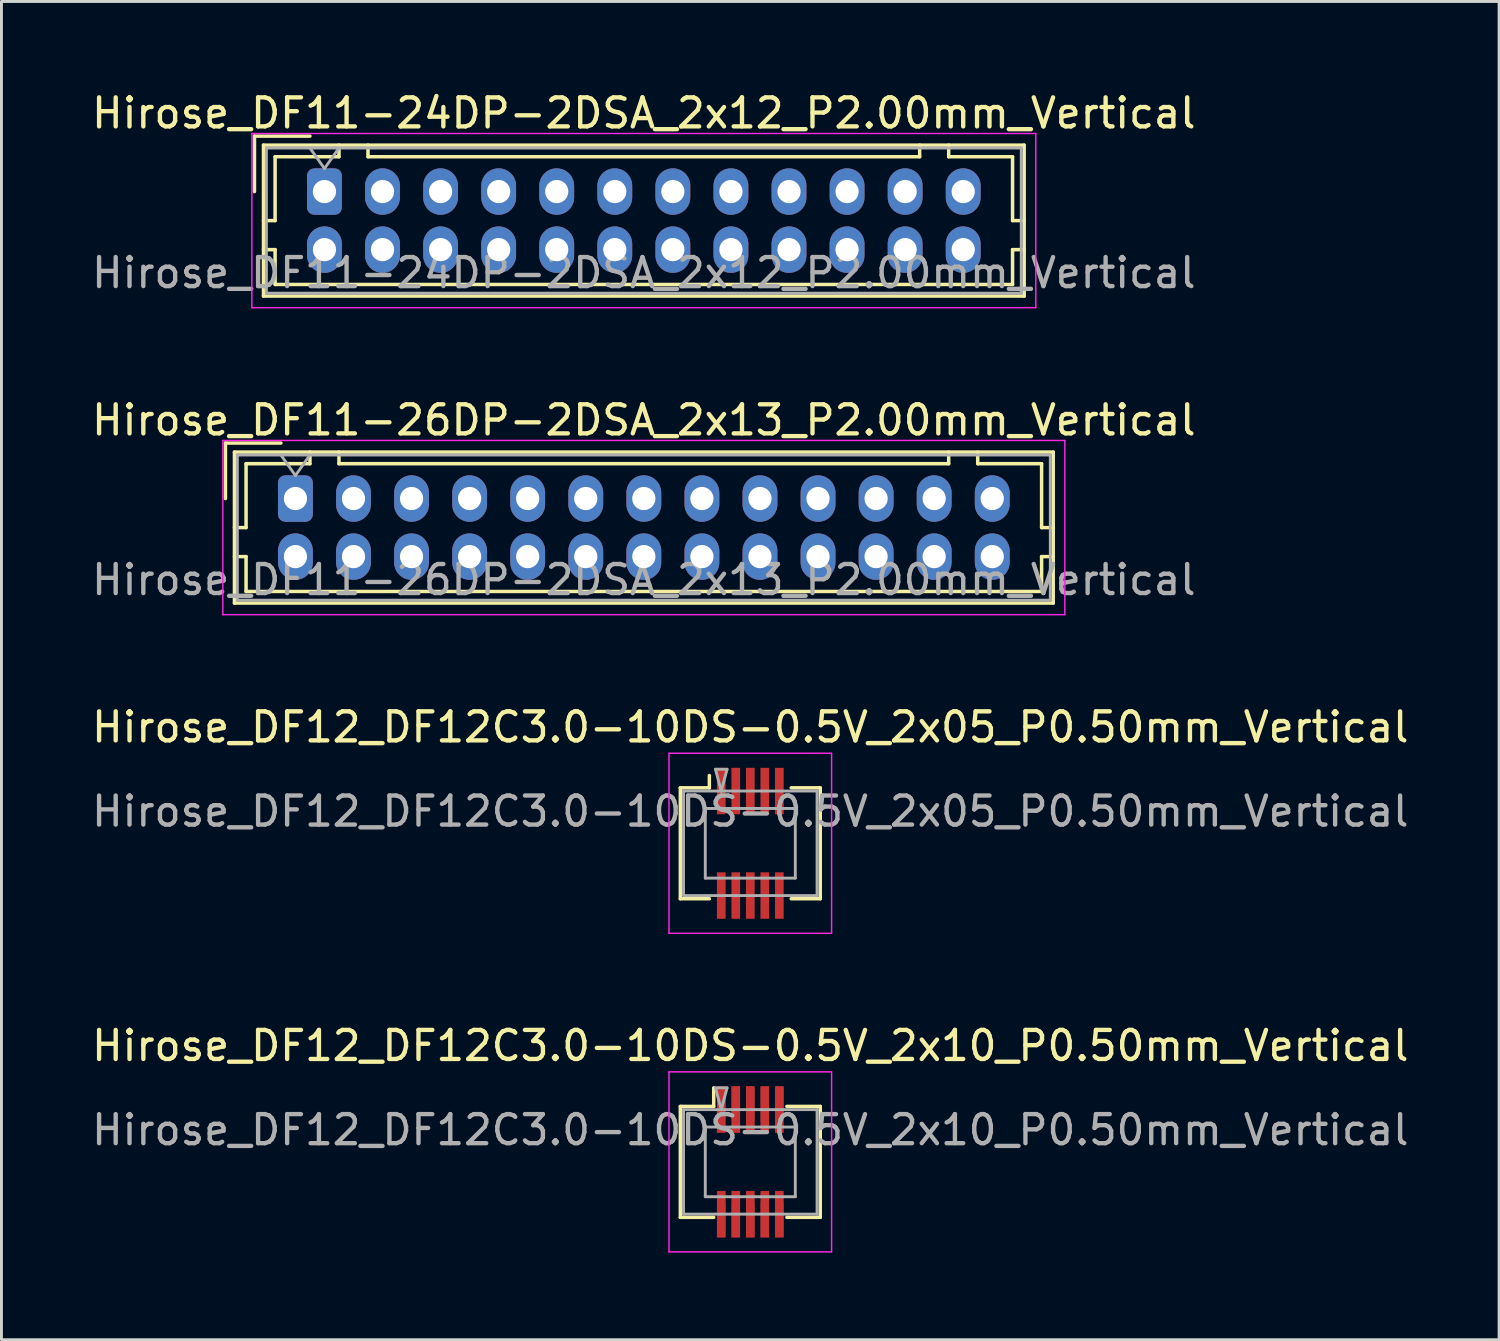
<source format=kicad_pcb>
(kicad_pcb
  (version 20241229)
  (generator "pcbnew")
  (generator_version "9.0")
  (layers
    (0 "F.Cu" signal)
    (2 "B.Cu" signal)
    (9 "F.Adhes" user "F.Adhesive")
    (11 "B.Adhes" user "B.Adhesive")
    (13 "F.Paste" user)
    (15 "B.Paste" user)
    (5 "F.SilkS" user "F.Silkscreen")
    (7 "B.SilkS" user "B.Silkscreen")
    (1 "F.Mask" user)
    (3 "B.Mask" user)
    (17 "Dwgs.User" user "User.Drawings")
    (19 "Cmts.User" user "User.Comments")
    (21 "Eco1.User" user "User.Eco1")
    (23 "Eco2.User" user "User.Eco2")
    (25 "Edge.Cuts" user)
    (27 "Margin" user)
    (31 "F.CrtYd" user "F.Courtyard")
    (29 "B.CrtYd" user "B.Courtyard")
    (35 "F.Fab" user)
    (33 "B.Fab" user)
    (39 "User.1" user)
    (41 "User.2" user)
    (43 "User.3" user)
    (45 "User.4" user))
  (footprint "Hirose_DF11-24DP-2DSA_2x12_P2.00mm_Vertical"
    (layer "F.Cu")
    (at 8.125 3.548)
    (property "Reference" "Hirose_DF11-24DP-2DSA_2x12_P2.00mm_Vertical" (at 11 -2.7 0) (layer "F.SilkS") (effects (font (size 1 1) (thickness 0.15))))
    (attr through_hole)
    (fp_line (start -2.41 -1.91) (end -0.5 -1.91) (stroke (width 0.12) (type solid)) (layer "F.SilkS"))
    (fp_line (start -2.41 0) (end -2.41 -1.91) (stroke (width 0.12) (type solid)) (layer "F.SilkS"))
    (fp_line (start -2.1 -1.6) (end -2.1 3.6) (stroke (width 0.12) (type solid)) (layer "F.SilkS"))
    (fp_line (start -2.1 1) (end -1.7 1) (stroke (width 0.12) (type solid)) (layer "F.SilkS"))
    (fp_line (start -2.1 2) (end -1.7 2) (stroke (width 0.12) (type solid)) (layer "F.SilkS"))
    (fp_line (start -2.1 3.6) (end 24.1 3.6) (stroke (width 0.12) (type solid)) (layer "F.SilkS"))
    (fp_line (start -1.7 -1.2) (end 0.5 -1.2) (stroke (width 0.12) (type solid)) (layer "F.SilkS"))
    (fp_line (start -1.7 1) (end -1.7 -1.2) (stroke (width 0.12) (type solid)) (layer "F.SilkS"))
    (fp_line (start -1.7 2) (end -1.7 3.2) (stroke (width 0.12) (type solid)) (layer "F.SilkS"))
    (fp_line (start -1.7 3.2) (end 23.7 3.2) (stroke (width 0.12) (type solid)) (layer "F.SilkS"))
    (fp_line (start 0.5 -1.2) (end 0.5 -1.6) (stroke (width 0.12) (type solid)) (layer "F.SilkS"))
    (fp_line (start 1.5 -1.6) (end 1.5 -1.2) (stroke (width 0.12) (type solid)) (layer "F.SilkS"))
    (fp_line (start 1.5 -1.2) (end 20.5 -1.2) (stroke (width 0.12) (type solid)) (layer "F.SilkS"))
    (fp_line (start 20.5 -1.2) (end 20.5 -1.6) (stroke (width 0.12) (type solid)) (layer "F.SilkS"))
    (fp_line (start 21.5 -1.2) (end 21.5 -1.6) (stroke (width 0.12) (type solid)) (layer "F.SilkS"))
    (fp_line (start 23.7 -1.2) (end 21.5 -1.2) (stroke (width 0.12) (type solid)) (layer "F.SilkS"))
    (fp_line (start 23.7 1) (end 23.7 -1.2) (stroke (width 0.12) (type solid)) (layer "F.SilkS"))
    (fp_line (start 23.7 2) (end 24.1 2) (stroke (width 0.12) (type solid)) (layer "F.SilkS"))
    (fp_line (start 23.7 3.2) (end 23.7 2) (stroke (width 0.12) (type solid)) (layer "F.SilkS"))
    (fp_line (start 24.1 -1.6) (end -2.1 -1.6) (stroke (width 0.12) (type solid)) (layer "F.SilkS"))
    (fp_line (start 24.1 1) (end 23.7 1) (stroke (width 0.12) (type solid)) (layer "F.SilkS"))
    (fp_line (start 24.1 3.6) (end 24.1 -1.6) (stroke (width 0.12) (type solid)) (layer "F.SilkS"))
    (fp_line (start -2.5 -2) (end -2.5 4) (stroke (width 0.05) (type solid)) (layer "F.CrtYd"))
    (fp_line (start -2.5 4) (end 24.5 4) (stroke (width 0.05) (type solid)) (layer "F.CrtYd"))
    (fp_line (start 24.5 -2) (end -2.5 -2) (stroke (width 0.05) (type solid)) (layer "F.CrtYd"))
    (fp_line (start 24.5 4) (end 24.5 -2) (stroke (width 0.05) (type solid)) (layer "F.CrtYd"))
    (fp_line (start -2 -1.5) (end -2 3.5) (stroke (width 0.1) (type solid)) (layer "F.Fab"))
    (fp_line (start -2 3.5) (end 24 3.5) (stroke (width 0.1) (type solid)) (layer "F.Fab"))
    (fp_line (start -0.5 -1.5) (end 0 -0.793) (stroke (width 0.1) (type solid)) (layer "F.Fab"))
    (fp_line (start 0 -0.793) (end 0.5 -1.5) (stroke (width 0.1) (type solid)) (layer "F.Fab"))
    (fp_line (start 24 -1.5) (end -2 -1.5) (stroke (width 0.1) (type solid)) (layer "F.Fab"))
    (fp_line (start 24 3.5) (end 24 -1.5) (stroke (width 0.1) (type solid)) (layer "F.Fab"))
    (fp_text user "${REFERENCE}" (at 11 2.8 0) (layer "F.Fab") (effects (font (size 1 1) (thickness 0.15))))
    (pad "1" thru_hole roundrect (at 0 0) (size 1.2 1.6) (drill 0.8) (layers "*.Cu" "*.Mask") (roundrect_rratio 0.208))
    (pad "2" thru_hole oval (at 0 2) (size 1.2 1.6) (drill 0.8) (layers "*.Cu" "*.Mask"))
    (pad "3" thru_hole oval (at 2 0) (size 1.2 1.6) (drill 0.8) (layers "*.Cu" "*.Mask"))
    (pad "4" thru_hole oval (at 2 2) (size 1.2 1.6) (drill 0.8) (layers "*.Cu" "*.Mask"))
    (pad "5" thru_hole oval (at 4 0) (size 1.2 1.6) (drill 0.8) (layers "*.Cu" "*.Mask"))
    (pad "6" thru_hole oval (at 4 2) (size 1.2 1.6) (drill 0.8) (layers "*.Cu" "*.Mask"))
    (pad "7" thru_hole oval (at 6 0) (size 1.2 1.6) (drill 0.8) (layers "*.Cu" "*.Mask"))
    (pad "8" thru_hole oval (at 6 2) (size 1.2 1.6) (drill 0.8) (layers "*.Cu" "*.Mask"))
    (pad "9" thru_hole oval (at 8 0) (size 1.2 1.6) (drill 0.8) (layers "*.Cu" "*.Mask"))
    (pad "10" thru_hole oval (at 8 2) (size 1.2 1.6) (drill 0.8) (layers "*.Cu" "*.Mask"))
    (pad "11" thru_hole oval (at 10 0) (size 1.2 1.6) (drill 0.8) (layers "*.Cu" "*.Mask"))
    (pad "12" thru_hole oval (at 10 2) (size 1.2 1.6) (drill 0.8) (layers "*.Cu" "*.Mask"))
    (pad "13" thru_hole oval (at 12 0) (size 1.2 1.6) (drill 0.8) (layers "*.Cu" "*.Mask"))
    (pad "14" thru_hole oval (at 12 2) (size 1.2 1.6) (drill 0.8) (layers "*.Cu" "*.Mask"))
    (pad "15" thru_hole oval (at 14 0) (size 1.2 1.6) (drill 0.8) (layers "*.Cu" "*.Mask"))
    (pad "16" thru_hole oval (at 14 2) (size 1.2 1.6) (drill 0.8) (layers "*.Cu" "*.Mask"))
    (pad "17" thru_hole oval (at 16 0) (size 1.2 1.6) (drill 0.8) (layers "*.Cu" "*.Mask"))
    (pad "18" thru_hole oval (at 16 2) (size 1.2 1.6) (drill 0.8) (layers "*.Cu" "*.Mask"))
    (pad "19" thru_hole oval (at 18 0) (size 1.2 1.6) (drill 0.8) (layers "*.Cu" "*.Mask"))
    (pad "20" thru_hole oval (at 18 2) (size 1.2 1.6) (drill 0.8) (layers "*.Cu" "*.Mask"))
    (pad "21" thru_hole oval (at 20 0) (size 1.2 1.6) (drill 0.8) (layers "*.Cu" "*.Mask"))
    (pad "22" thru_hole oval (at 20 2) (size 1.2 1.6) (drill 0.8) (layers "*.Cu" "*.Mask"))
    (pad "23" thru_hole oval (at 22 0) (size 1.2 1.6) (drill 0.8) (layers "*.Cu" "*.Mask"))
    (pad "24" thru_hole oval (at 22 2) (size 1.2 1.6) (drill 0.8) (layers "*.Cu" "*.Mask")))
  (footprint "Hirose_DF11-26DP-2DSA_2x13_P2.00mm_Vertical"
    (layer "F.Cu")
    (at 7.125 14.121)
    (property "Reference" "Hirose_DF11-26DP-2DSA_2x13_P2.00mm_Vertical" (at 12 -2.7 0) (layer "F.SilkS") (effects (font (size 1 1) (thickness 0.15))))
    (attr through_hole)
    (fp_line (start -2.41 -1.91) (end -0.5 -1.91) (stroke (width 0.12) (type solid)) (layer "F.SilkS"))
    (fp_line (start -2.41 0) (end -2.41 -1.91) (stroke (width 0.12) (type solid)) (layer "F.SilkS"))
    (fp_line (start -2.1 -1.6) (end -2.1 3.6) (stroke (width 0.12) (type solid)) (layer "F.SilkS"))
    (fp_line (start -2.1 1) (end -1.7 1) (stroke (width 0.12) (type solid)) (layer "F.SilkS"))
    (fp_line (start -2.1 2) (end -1.7 2) (stroke (width 0.12) (type solid)) (layer "F.SilkS"))
    (fp_line (start -2.1 3.6) (end 26.1 3.6) (stroke (width 0.12) (type solid)) (layer "F.SilkS"))
    (fp_line (start -1.7 -1.2) (end 0.5 -1.2) (stroke (width 0.12) (type solid)) (layer "F.SilkS"))
    (fp_line (start -1.7 1) (end -1.7 -1.2) (stroke (width 0.12) (type solid)) (layer "F.SilkS"))
    (fp_line (start -1.7 2) (end -1.7 3.2) (stroke (width 0.12) (type solid)) (layer "F.SilkS"))
    (fp_line (start -1.7 3.2) (end 25.7 3.2) (stroke (width 0.12) (type solid)) (layer "F.SilkS"))
    (fp_line (start 0.5 -1.2) (end 0.5 -1.6) (stroke (width 0.12) (type solid)) (layer "F.SilkS"))
    (fp_line (start 1.5 -1.6) (end 1.5 -1.2) (stroke (width 0.12) (type solid)) (layer "F.SilkS"))
    (fp_line (start 1.5 -1.2) (end 22.5 -1.2) (stroke (width 0.12) (type solid)) (layer "F.SilkS"))
    (fp_line (start 22.5 -1.2) (end 22.5 -1.6) (stroke (width 0.12) (type solid)) (layer "F.SilkS"))
    (fp_line (start 23.5 -1.2) (end 23.5 -1.6) (stroke (width 0.12) (type solid)) (layer "F.SilkS"))
    (fp_line (start 25.7 -1.2) (end 23.5 -1.2) (stroke (width 0.12) (type solid)) (layer "F.SilkS"))
    (fp_line (start 25.7 1) (end 25.7 -1.2) (stroke (width 0.12) (type solid)) (layer "F.SilkS"))
    (fp_line (start 25.7 2) (end 26.1 2) (stroke (width 0.12) (type solid)) (layer "F.SilkS"))
    (fp_line (start 25.7 3.2) (end 25.7 2) (stroke (width 0.12) (type solid)) (layer "F.SilkS"))
    (fp_line (start 26.1 -1.6) (end -2.1 -1.6) (stroke (width 0.12) (type solid)) (layer "F.SilkS"))
    (fp_line (start 26.1 1) (end 25.7 1) (stroke (width 0.12) (type solid)) (layer "F.SilkS"))
    (fp_line (start 26.1 3.6) (end 26.1 -1.6) (stroke (width 0.12) (type solid)) (layer "F.SilkS"))
    (fp_line (start -2.5 -2) (end -2.5 4) (stroke (width 0.05) (type solid)) (layer "F.CrtYd"))
    (fp_line (start -2.5 4) (end 26.5 4) (stroke (width 0.05) (type solid)) (layer "F.CrtYd"))
    (fp_line (start 26.5 -2) (end -2.5 -2) (stroke (width 0.05) (type solid)) (layer "F.CrtYd"))
    (fp_line (start 26.5 4) (end 26.5 -2) (stroke (width 0.05) (type solid)) (layer "F.CrtYd"))
    (fp_line (start -2 -1.5) (end -2 3.5) (stroke (width 0.1) (type solid)) (layer "F.Fab"))
    (fp_line (start -2 3.5) (end 26 3.5) (stroke (width 0.1) (type solid)) (layer "F.Fab"))
    (fp_line (start -0.5 -1.5) (end 0 -0.793) (stroke (width 0.1) (type solid)) (layer "F.Fab"))
    (fp_line (start 0 -0.793) (end 0.5 -1.5) (stroke (width 0.1) (type solid)) (layer "F.Fab"))
    (fp_line (start 26 -1.5) (end -2 -1.5) (stroke (width 0.1) (type solid)) (layer "F.Fab"))
    (fp_line (start 26 3.5) (end 26 -1.5) (stroke (width 0.1) (type solid)) (layer "F.Fab"))
    (fp_text user "${REFERENCE}" (at 12 2.8 0) (layer "F.Fab") (effects (font (size 1 1) (thickness 0.15))))
    (pad "1" thru_hole roundrect (at 0 0) (size 1.2 1.6) (drill 0.8) (layers "*.Cu" "*.Mask") (roundrect_rratio 0.208))
    (pad "2" thru_hole oval (at 0 2) (size 1.2 1.6) (drill 0.8) (layers "*.Cu" "*.Mask"))
    (pad "3" thru_hole oval (at 2 0) (size 1.2 1.6) (drill 0.8) (layers "*.Cu" "*.Mask"))
    (pad "4" thru_hole oval (at 2 2) (size 1.2 1.6) (drill 0.8) (layers "*.Cu" "*.Mask"))
    (pad "5" thru_hole oval (at 4 0) (size 1.2 1.6) (drill 0.8) (layers "*.Cu" "*.Mask"))
    (pad "6" thru_hole oval (at 4 2) (size 1.2 1.6) (drill 0.8) (layers "*.Cu" "*.Mask"))
    (pad "7" thru_hole oval (at 6 0) (size 1.2 1.6) (drill 0.8) (layers "*.Cu" "*.Mask"))
    (pad "8" thru_hole oval (at 6 2) (size 1.2 1.6) (drill 0.8) (layers "*.Cu" "*.Mask"))
    (pad "9" thru_hole oval (at 8 0) (size 1.2 1.6) (drill 0.8) (layers "*.Cu" "*.Mask"))
    (pad "10" thru_hole oval (at 8 2) (size 1.2 1.6) (drill 0.8) (layers "*.Cu" "*.Mask"))
    (pad "11" thru_hole oval (at 10 0) (size 1.2 1.6) (drill 0.8) (layers "*.Cu" "*.Mask"))
    (pad "12" thru_hole oval (at 10 2) (size 1.2 1.6) (drill 0.8) (layers "*.Cu" "*.Mask"))
    (pad "13" thru_hole oval (at 12 0) (size 1.2 1.6) (drill 0.8) (layers "*.Cu" "*.Mask"))
    (pad "14" thru_hole oval (at 12 2) (size 1.2 1.6) (drill 0.8) (layers "*.Cu" "*.Mask"))
    (pad "15" thru_hole oval (at 14 0) (size 1.2 1.6) (drill 0.8) (layers "*.Cu" "*.Mask"))
    (pad "16" thru_hole oval (at 14 2) (size 1.2 1.6) (drill 0.8) (layers "*.Cu" "*.Mask"))
    (pad "17" thru_hole oval (at 16 0) (size 1.2 1.6) (drill 0.8) (layers "*.Cu" "*.Mask"))
    (pad "18" thru_hole oval (at 16 2) (size 1.2 1.6) (drill 0.8) (layers "*.Cu" "*.Mask"))
    (pad "19" thru_hole oval (at 18 0) (size 1.2 1.6) (drill 0.8) (layers "*.Cu" "*.Mask"))
    (pad "20" thru_hole oval (at 18 2) (size 1.2 1.6) (drill 0.8) (layers "*.Cu" "*.Mask"))
    (pad "21" thru_hole oval (at 20 0) (size 1.2 1.6) (drill 0.8) (layers "*.Cu" "*.Mask"))
    (pad "22" thru_hole oval (at 20 2) (size 1.2 1.6) (drill 0.8) (layers "*.Cu" "*.Mask"))
    (pad "23" thru_hole oval (at 22 0) (size 1.2 1.6) (drill 0.8) (layers "*.Cu" "*.Mask"))
    (pad "24" thru_hole oval (at 22 2) (size 1.2 1.6) (drill 0.8) (layers "*.Cu" "*.Mask"))
    (pad "25" thru_hole oval (at 24 0) (size 1.2 1.6) (drill 0.8) (layers "*.Cu" "*.Mask"))
    (pad "26" thru_hole oval (at 24 2) (size 1.2 1.6) (drill 0.8) (layers "*.Cu" "*.Mask")))
  (footprint "Hirose_DF12_DF12C3.0-10DS-0.5V_2x10_P0.50mm_Vertical"
    (layer "F.Cu")
    (at 22.792 36.968)
    (property "Reference" "Hirose_DF12_DF12C3.0-10DS-0.5V_2x10_P0.50mm_Vertical" (at 0 -4 0) (layer "F.SilkS") (effects (font (size 1 1) (thickness 0.15))))
    (attr smd)
    (fp_line (start -2.41 -1.91) (end -1.26 -1.91) (stroke (width 0.12) (type solid)) (layer "F.SilkS"))
    (fp_line (start -2.41 1.91) (end -2.41 -1.91) (stroke (width 0.12) (type solid)) (layer "F.SilkS"))
    (fp_line (start -1.26 -1.91) (end -1.26 -2.55) (stroke (width 0.12) (type solid)) (layer "F.SilkS"))
    (fp_line (start -1.26 1.91) (end -2.41 1.91) (stroke (width 0.12) (type solid)) (layer "F.SilkS"))
    (fp_line (start 1.26 1.91) (end 2.41 1.91) (stroke (width 0.12) (type solid)) (layer "F.SilkS"))
    (fp_line (start 2.41 -1.91) (end 1.26 -1.91) (stroke (width 0.12) (type solid)) (layer "F.SilkS"))
    (fp_line (start 2.41 1.91) (end 2.41 -1.91) (stroke (width 0.12) (type solid)) (layer "F.SilkS"))
    (fp_line (start -2.8 -3.1) (end -2.8 3.1) (stroke (width 0.05) (type solid)) (layer "F.CrtYd"))
    (fp_line (start -2.8 3.1) (end 2.8 3.1) (stroke (width 0.05) (type solid)) (layer "F.CrtYd"))
    (fp_line (start 2.8 -3.1) (end -2.8 -3.1) (stroke (width 0.05) (type solid)) (layer "F.CrtYd"))
    (fp_line (start 2.8 3.1) (end 2.8 -3.1) (stroke (width 0.05) (type solid)) (layer "F.CrtYd"))
    (fp_line (start -2.3 -1.8) (end 2.3 -1.8) (stroke (width 0.1) (type solid)) (layer "F.Fab"))
    (fp_line (start -2.3 1.8) (end -2.3 -1.8) (stroke (width 0.1) (type solid)) (layer "F.Fab"))
    (fp_line (start -1.55 -1.2) (end 1.55 -1.2) (stroke (width 0.1) (type solid)) (layer "F.Fab"))
    (fp_line (start -1.55 1.2) (end -1.55 -1.2) (stroke (width 0.1) (type solid)) (layer "F.Fab"))
    (fp_line (start -1.2 -2.55) (end -1 -1.8) (stroke (width 0.1) (type solid)) (layer "F.Fab"))
    (fp_line (start -1 -1.8) (end -0.8 -2.55) (stroke (width 0.1) (type solid)) (layer "F.Fab"))
    (fp_line (start -0.8 -2.55) (end -1.2 -2.55) (stroke (width 0.1) (type solid)) (layer "F.Fab"))
    (fp_line (start 1.55 -1.2) (end 1.55 1.2) (stroke (width 0.1) (type solid)) (layer "F.Fab"))
    (fp_line (start 1.55 1.2) (end -1.55 1.2) (stroke (width 0.1) (type solid)) (layer "F.Fab"))
    (fp_line (start 2.3 -1.8) (end 2.3 1.8) (stroke (width 0.1) (type solid)) (layer "F.Fab"))
    (fp_line (start 2.3 1.8) (end -2.3 1.8) (stroke (width 0.1) (type solid)) (layer "F.Fab"))
    (fp_text user "${REFERENCE}" (at 0 -1.1 0) (layer "F.Fab") (effects (font (size 1 1) (thickness 0.15))))
    (pad "" smd rect (at -1 -2) (size 0.28 1.2) (layers "F.Cu" "F.Paste"))
    (pad "" smd rect (at -1 2) (size 0.28 1.2) (layers "F.Cu" "F.Paste"))
    (pad "" smd rect (at -0.5 -2) (size 0.28 1.2) (layers "F.Cu" "F.Paste"))
    (pad "" smd rect (at -0.5 2) (size 0.28 1.2) (layers "F.Cu" "F.Paste"))
    (pad "" smd rect (at 0 -2) (size 0.28 1.2) (layers "F.Cu" "F.Paste"))
    (pad "" smd rect (at 0 2) (size 0.28 1.2) (layers "F.Cu" "F.Paste"))
    (pad "" smd rect (at 0.5 -2) (size 0.28 1.2) (layers "F.Cu" "F.Paste"))
    (pad "" smd rect (at 0.5 2) (size 0.28 1.2) (layers "F.Cu" "F.Paste"))
    (pad "" smd rect (at 1 -2) (size 0.28 1.2) (layers "F.Cu" "F.Paste"))
    (pad "" smd rect (at 1 2) (size 0.28 1.2) (layers "F.Cu" "F.Paste"))
    (pad "1" smd rect (at -1 -1.8) (size 0.3 1.6) (layers "F.Cu" "F.Mask"))
    (pad "2" smd rect (at -0.5 -1.8) (size 0.3 1.6) (layers "F.Cu" "F.Mask"))
    (pad "3" smd rect (at 0 -1.8) (size 0.3 1.6) (layers "F.Cu" "F.Mask"))
    (pad "4" smd rect (at 0.5 -1.8) (size 0.3 1.6) (layers "F.Cu" "F.Mask"))
    (pad "5" smd rect (at 1 -1.8) (size 0.3 1.6) (layers "F.Cu" "F.Mask"))
    (pad "6" smd rect (at -1 1.8) (size 0.3 1.6) (layers "F.Cu" "F.Mask"))
    (pad "7" smd rect (at -0.5 1.8) (size 0.3 1.6) (layers "F.Cu" "F.Mask"))
    (pad "8" smd rect (at 0 1.8) (size 0.3 1.6) (layers "F.Cu" "F.Mask"))
    (pad "9" smd rect (at 0.5 1.8) (size 0.3 1.6) (layers "F.Cu" "F.Mask"))
    (pad "10" smd rect (at 1 1.8) (size 0.3 1.6) (layers "F.Cu" "F.Mask")))
  (footprint "Hirose_DF12_DF12C3.0-10DS-0.5V_2x05_P0.50mm_Vertical"
    (layer "F.Cu")
    (at 22.792 25.995)
    (property "Reference" "Hirose_DF12_DF12C3.0-10DS-0.5V_2x05_P0.50mm_Vertical" (at 0 -4 0) (layer "F.SilkS") (effects (font (size 1 1) (thickness 0.15))))
    (attr smd)
    (fp_line (start -2.41 -1.91) (end -1.41 -1.91) (stroke (width 0.12) (type solid)) (layer "F.SilkS"))
    (fp_line (start -2.41 1.91) (end -2.41 -1.91) (stroke (width 0.12) (type solid)) (layer "F.SilkS"))
    (fp_line (start -1.41 -1.91) (end -1.41 -2.333) (stroke (width 0.12) (type solid)) (layer "F.SilkS"))
    (fp_line (start -1.41 1.91) (end -2.41 1.91) (stroke (width 0.12) (type solid)) (layer "F.SilkS"))
    (fp_line (start 1.41 1.91) (end 2.41 1.91) (stroke (width 0.12) (type solid)) (layer "F.SilkS"))
    (fp_line (start 2.41 -1.91) (end 1.41 -1.91) (stroke (width 0.12) (type solid)) (layer "F.SilkS"))
    (fp_line (start 2.41 1.91) (end 2.41 -1.91) (stroke (width 0.12) (type solid)) (layer "F.SilkS"))
    (fp_line (start -2.8 -3.1) (end -2.8 3.1) (stroke (width 0.05) (type solid)) (layer "F.CrtYd"))
    (fp_line (start -2.8 3.1) (end 2.8 3.1) (stroke (width 0.05) (type solid)) (layer "F.CrtYd"))
    (fp_line (start 2.8 -3.1) (end -2.8 -3.1) (stroke (width 0.05) (type solid)) (layer "F.CrtYd"))
    (fp_line (start 2.8 3.1) (end 2.8 -3.1) (stroke (width 0.05) (type solid)) (layer "F.CrtYd"))
    (fp_line (start -2.3 -1.8) (end 2.3 -1.8) (stroke (width 0.1) (type solid)) (layer "F.Fab"))
    (fp_line (start -2.3 1.8) (end -2.3 -1.8) (stroke (width 0.1) (type solid)) (layer "F.Fab"))
    (fp_line (start -1.55 -1.2) (end 1.55 -1.2) (stroke (width 0.1) (type solid)) (layer "F.Fab"))
    (fp_line (start -1.55 1.2) (end -1.55 -1.2) (stroke (width 0.1) (type solid)) (layer "F.Fab"))
    (fp_line (start -1.2 -2.55) (end -1 -1.8) (stroke (width 0.1) (type solid)) (layer "F.Fab"))
    (fp_line (start -1 -1.8) (end -0.8 -2.55) (stroke (width 0.1) (type solid)) (layer "F.Fab"))
    (fp_line (start -0.8 -2.55) (end -1.2 -2.55) (stroke (width 0.1) (type solid)) (layer "F.Fab"))
    (fp_line (start 1.55 -1.2) (end 1.55 1.2) (stroke (width 0.1) (type solid)) (layer "F.Fab"))
    (fp_line (start 1.55 1.2) (end -1.55 1.2) (stroke (width 0.1) (type solid)) (layer "F.Fab"))
    (fp_line (start 2.3 -1.8) (end 2.3 1.8) (stroke (width 0.1) (type solid)) (layer "F.Fab"))
    (fp_line (start 2.3 1.8) (end -2.3 1.8) (stroke (width 0.1) (type solid)) (layer "F.Fab"))
    (fp_text user "${REFERENCE}" (at 0 -1.1 0) (layer "F.Fab") (effects (font (size 1 1) (thickness 0.15))))
    (pad "" smd rect (at -1 -2) (size 0.28 1.2) (layers "F.Paste"))
    (pad "" smd rect (at -1 2) (size 0.28 1.2) (layers "F.Paste"))
    (pad "" smd rect (at -0.5 -2) (size 0.28 1.2) (layers "F.Paste"))
    (pad "" smd rect (at -0.5 2) (size 0.28 1.2) (layers "F.Paste"))
    (pad "" smd rect (at 0 -2) (size 0.28 1.2) (layers "F.Paste"))
    (pad "" smd rect (at 0 2) (size 0.28 1.2) (layers "F.Paste"))
    (pad "" smd rect (at 0.5 -2) (size 0.28 1.2) (layers "F.Paste"))
    (pad "" smd rect (at 0.5 2) (size 0.28 1.2) (layers "F.Paste"))
    (pad "" smd rect (at 1 -2) (size 0.28 1.2) (layers "F.Paste"))
    (pad "" smd rect (at 1 2) (size 0.28 1.2) (layers "F.Paste"))
    (pad "1" smd rect (at -1 -1.8) (size 0.3 1.6) (layers "F.Cu" "F.Mask"))
    (pad "2" smd rect (at -0.5 -1.8) (size 0.3 1.6) (layers "F.Cu" "F.Mask"))
    (pad "3" smd rect (at 0 -1.8) (size 0.3 1.6) (layers "F.Cu" "F.Mask"))
    (pad "4" smd rect (at 0.5 -1.8) (size 0.3 1.6) (layers "F.Cu" "F.Mask"))
    (pad "5" smd rect (at 1 -1.8) (size 0.3 1.6) (layers "F.Cu" "F.Mask"))
    (pad "6" smd rect (at -1 1.8) (size 0.3 1.6) (layers "F.Cu" "F.Mask"))
    (pad "7" smd rect (at -0.5 1.8) (size 0.3 1.6) (layers "F.Cu" "F.Mask"))
    (pad "8" smd rect (at 0 1.8) (size 0.3 1.6) (layers "F.Cu" "F.Mask"))
    (pad "9" smd rect (at 0.5 1.8) (size 0.3 1.6) (layers "F.Cu" "F.Mask"))
    (pad "10" smd rect (at 1 1.8) (size 0.3 1.6) (layers "F.Cu" "F.Mask")))
  (gr_rect
    (start -3 -3)
    (end 48.583 43.093)
    (stroke (width 0.1) (type default))
    (fill no)
    (layer "Edge.Cuts")))
</source>
